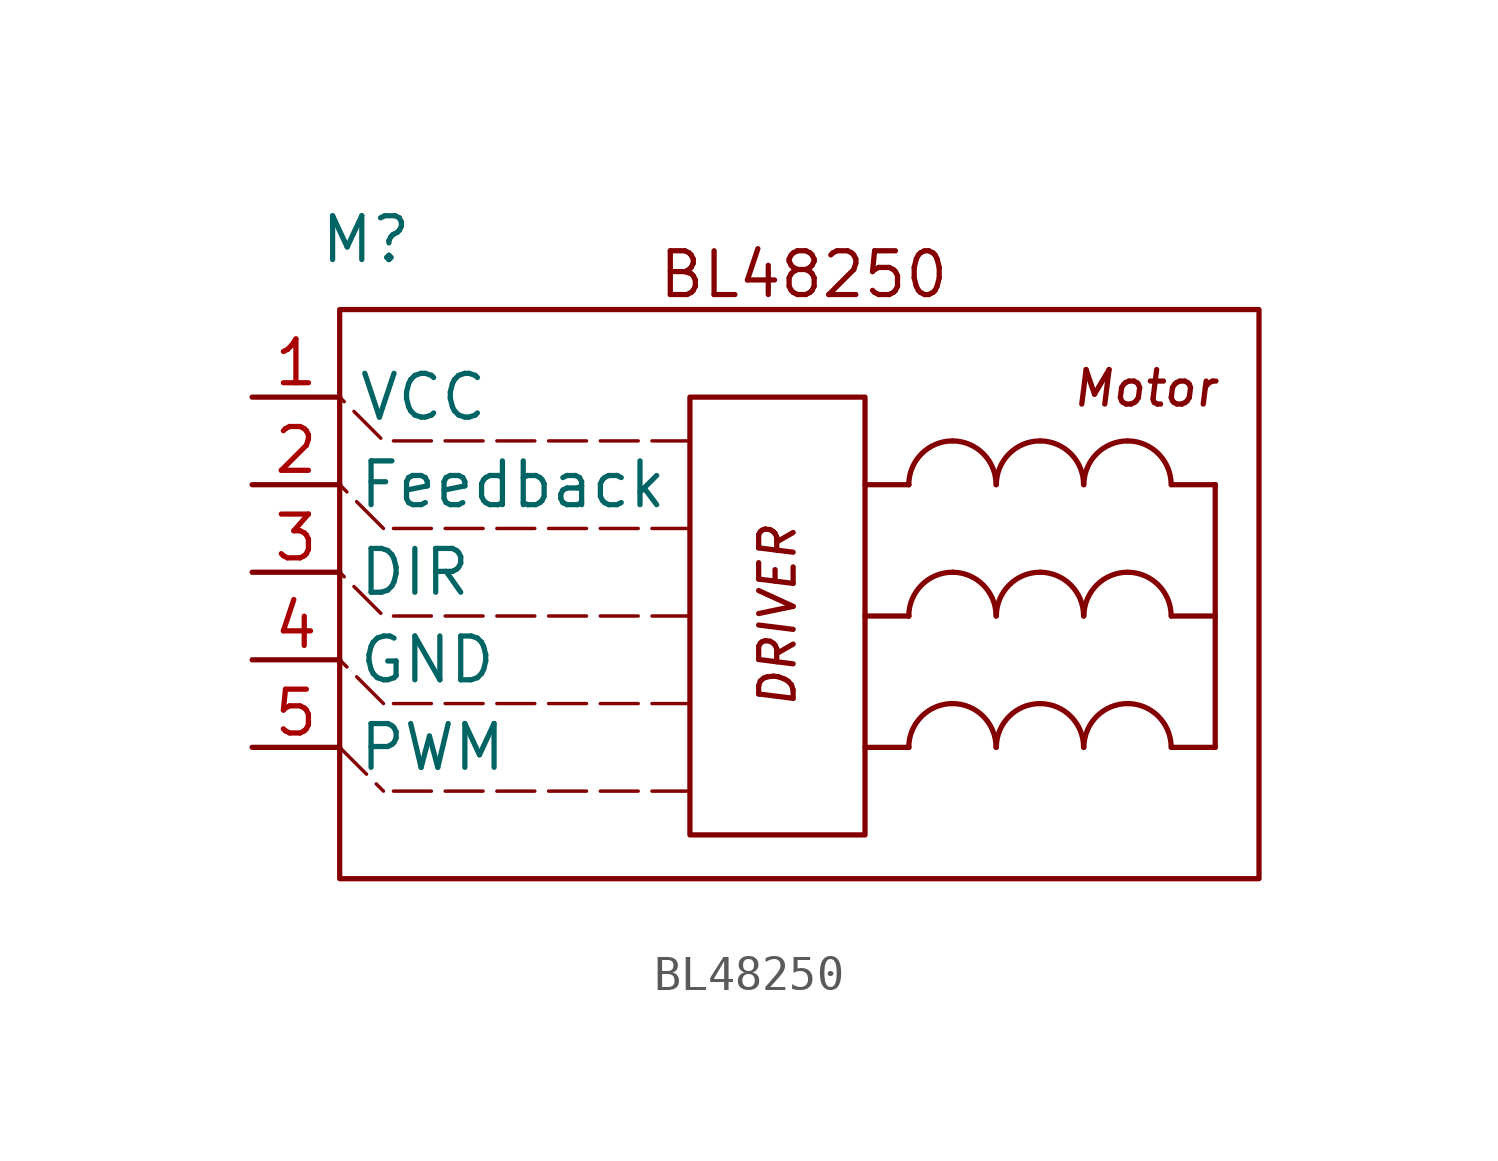
<source format=kicad_sym>
(kicad_symbol_lib
  (version 20241209)
  (generator "kicad_symbol_editor")
  (generator_version "9.0")
  (symbol "BL48250"
    (property "Reference" "M"
      (at -11.938 10.922 0)
      (effects (font (size 1.27 1.27))))
    (property "Value" ""
      (at 0 0 0)
      (effects (font (size 1.27 1.27))))
    (symbol "BL48250_0_1"
      (rectangle (start -12.7 8.89) (end 13.97 -7.62) (stroke (width 0) (type default)) (fill (type none)))
      (polyline (pts (xy -12.7 3.81) (xy -12.7 3.81)) (stroke (width 0) (type default)) (fill (type none)))
      (polyline (pts (xy -12.7 -3.81) (xy -11.43 -5.08)) (stroke (width 0.1) (type dash)) (fill (type none)))
      (polyline (pts (xy -11.43 2.54) (xy -12.7 3.81)) (stroke (width 0.1) (type dash)) (fill (type none)))
      (polyline (pts (xy -11.43 -2.54) (xy -12.7 -1.27)) (stroke (width 0.1) (type dash)) (fill (type none)))
      (rectangle (start -2.54 6.35) (end 2.54 -6.35) (stroke (width 0) (type default)) (fill (type none)))
      (polyline (pts (xy -2.54 5.08) (xy -11.43 5.08) (xy -12.7 6.35)) (stroke (width 0.1) (type dash)) (fill (type none)))
      (polyline (pts (xy -2.54 2.54) (xy -11.43 2.54)) (stroke (width 0.1) (type dash)) (fill (type none)))
      (polyline (pts (xy -2.54 0) (xy -11.43 0) (xy -12.7 1.27)) (stroke (width 0.1) (type dash)) (fill (type none)))
      (polyline (pts (xy -2.54 -2.54) (xy -11.43 -2.54)) (stroke (width 0.1) (type dash)) (fill (type none)))
      (polyline (pts (xy -2.54 -5.08) (xy -11.43 -5.08)) (stroke (width 0.1) (type dash)) (fill (type none)))
      (polyline (pts (xy 2.54 3.81) (xy 3.81 3.81)) (stroke (width 0) (type default)) (fill (type none)))
      (polyline (pts (xy 2.54 0) (xy 3.81 0)) (stroke (width 0) (type default)) (fill (type none)))
      (polyline (pts (xy 2.54 -3.81) (xy 3.81 -3.81)) (stroke (width 0) (type default)) (fill (type none)))
      (polyline (pts (xy 3.81 3.81) (xy 3.81 3.81)) (stroke (width 0) (type default)) (fill (type none)))
      (polyline (pts (xy 3.81 0) (xy 3.81 0)) (stroke (width 0) (type default)) (fill (type none)))
      (polyline (pts (xy 3.81 -3.81) (xy 3.81 -3.81)) (stroke (width 0) (type default)) (fill (type none)))
      (arc (start 3.81 3.81) (mid 4.182 4.708) (end 5.08 5.08) (stroke (width 0) (type default)) (fill (type none)))
      (arc (start 5.08 5.08) (mid 5.978 4.708) (end 6.35 3.81) (stroke (width 0) (type default)) (fill (type none)))
      (arc (start 3.81 0) (mid 4.182 0.898) (end 5.08 1.27) (stroke (width 0) (type default)) (fill (type none)))
      (arc (start 5.08 1.27) (mid 5.978 0.898) (end 6.35 0) (stroke (width 0) (type default)) (fill (type none)))
      (arc (start 3.81 -3.81) (mid 4.182 -2.912) (end 5.08 -2.54) (stroke (width 0) (type default)) (fill (type none)))
      (arc (start 5.08 -2.54) (mid 5.978 -2.912) (end 6.35 -3.81) (stroke (width 0) (type default)) (fill (type none)))
      (arc (start 6.35 3.81) (mid 6.722 4.708) (end 7.62 5.08) (stroke (width 0) (type default)) (fill (type none)))
      (arc (start 7.62 5.08) (mid 8.518 4.708) (end 8.89 3.81) (stroke (width 0) (type default)) (fill (type none)))
      (arc (start 6.35 0) (mid 6.722 0.898) (end 7.62 1.27) (stroke (width 0) (type default)) (fill (type none)))
      (arc (start 7.62 1.27) (mid 8.518 0.898) (end 8.89 0) (stroke (width 0) (type default)) (fill (type none)))
      (arc (start 6.35 -3.81) (mid 6.722 -2.912) (end 7.62 -2.54) (stroke (width 0) (type default)) (fill (type none)))
      (arc (start 7.62 -2.54) (mid 8.518 -2.912) (end 8.89 -3.81) (stroke (width 0) (type default)) (fill (type none)))
      (arc (start 8.89 3.81) (mid 9.262 4.708) (end 10.16 5.08) (stroke (width 0) (type default)) (fill (type none)))
      (arc (start 10.16 5.08) (mid 11.058 4.708) (end 11.43 3.81) (stroke (width 0) (type default)) (fill (type none)))
      (arc (start 8.89 0) (mid 9.262 0.898) (end 10.16 1.27) (stroke (width 0) (type default)) (fill (type none)))
      (arc (start 10.16 1.27) (mid 11.058 0.898) (end 11.43 0) (stroke (width 0) (type default)) (fill (type none)))
      (arc (start 8.89 -3.81) (mid 9.262 -2.912) (end 10.16 -2.54) (stroke (width 0) (type default)) (fill (type none)))
      (arc (start 10.16 -2.54) (mid 11.058 -2.912) (end 11.43 -3.81) (stroke (width 0) (type default)) (fill (type none)))
      (polyline (pts (xy 11.43 3.81) (xy 12.7 3.81)) (stroke (width 0) (type default)) (fill (type none)))
      (polyline (pts (xy 11.43 0) (xy 12.7 0)) (stroke (width 0) (type default)) (fill (type none)))
      (polyline (pts (xy 11.43 -3.81) (xy 12.7 -3.81)) (stroke (width 0) (type default)) (fill (type none)))
      (polyline (pts (xy 12.7 3.81) (xy 12.7 3.81)) (stroke (width 0) (type default)) (fill (type none)))
      (polyline (pts (xy 12.7 0) (xy 12.7 3.81)) (stroke (width 0) (type default)) (fill (type none)))
      (polyline (pts (xy 12.7 0) (xy 12.7 -3.81)) (stroke (width 0) (type default)) (fill (type none))))
    (symbol "BL48250_1_1"
      (text "DRIVER" (at 0 0 900) (effects (font (size 1 1) (italic yes))))
      (text "BL48250" (at 0.762 9.906 0) (effects (font (size 1.27 1.27))))
      (text "Motor\n" (at 10.668 6.604 0) (effects (font (size 1 1) (italic yes))))
      (pin power_in line (at -15.24 6.35 0) (length 2.54) (name "VCC" (effects (font (size 1.27 1.27)))) (number "1" (effects (font (size 1.27 1.27)))))
      (pin output line (at -15.24 3.81 0) (length 2.54) (name "Feedback" (effects (font (size 1.27 1.27)))) (number "2" (effects (font (size 1.27 1.27)))))
      (pin input line (at -15.24 1.27 0) (length 2.54) (name "DIR" (effects (font (size 1.27 1.27)))) (number "3" (effects (font (size 1.27 1.27)))))
      (pin power_in line (at -15.24 -1.27 0) (length 2.54) (name "GND" (effects (font (size 1.27 1.27)))) (number "4" (effects (font (size 1.27 1.27)))))
      (pin input line (at -15.24 -3.81 0) (length 2.54) (name "PWM" (effects (font (size 1.27 1.27)))) (number "5" (effects (font (size 1.27 1.27))))))))
</source>
